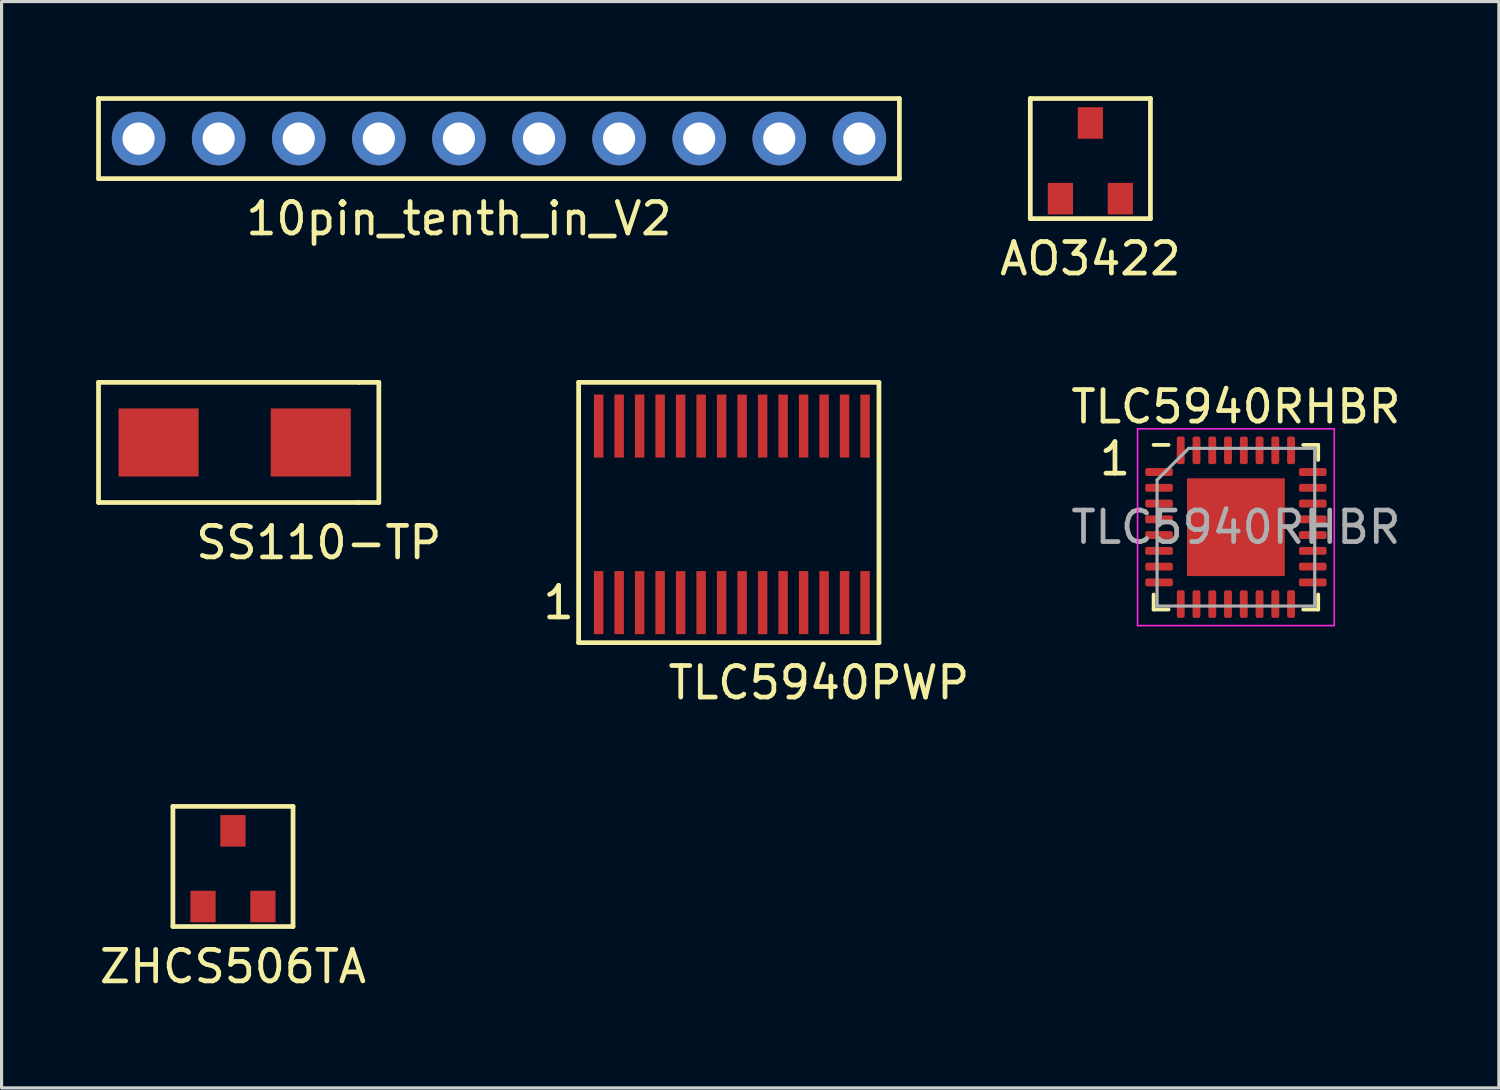
<source format=kicad_pcb>
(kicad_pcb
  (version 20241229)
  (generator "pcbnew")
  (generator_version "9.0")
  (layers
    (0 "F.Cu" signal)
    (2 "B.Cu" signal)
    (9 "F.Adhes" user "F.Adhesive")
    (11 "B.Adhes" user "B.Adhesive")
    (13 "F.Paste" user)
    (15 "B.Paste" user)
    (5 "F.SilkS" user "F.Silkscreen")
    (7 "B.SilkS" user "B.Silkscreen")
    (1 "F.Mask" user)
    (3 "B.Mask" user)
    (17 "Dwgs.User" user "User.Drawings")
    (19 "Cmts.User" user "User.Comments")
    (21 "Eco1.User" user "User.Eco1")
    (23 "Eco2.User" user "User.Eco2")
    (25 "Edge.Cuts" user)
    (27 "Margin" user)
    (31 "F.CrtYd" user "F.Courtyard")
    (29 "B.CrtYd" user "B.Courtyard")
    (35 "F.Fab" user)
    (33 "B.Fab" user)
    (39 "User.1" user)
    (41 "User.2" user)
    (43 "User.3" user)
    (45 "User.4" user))
  (footprint "SS110-TP"
    (layer "F.Cu")
    (at 3.25 10.983)
    (property "Reference" "SS110-TP" (at 3.81 3.175 0) (layer "F.SilkS") (effects (font (size 1 1) (thickness 0.15))))
    (attr through_hole)
    (fp_line (start -3.175 -1.905) (end 5.08 -1.905) (stroke (width 0.15) (type solid)) (layer "F.SilkS"))
    (fp_line (start -3.175 1.905) (end -3.175 -1.905) (stroke (width 0.15) (type solid)) (layer "F.SilkS"))
    (fp_line (start 5.08 -1.905) (end 5.715 -1.905) (stroke (width 0.15) (type solid)) (layer "F.SilkS"))
    (fp_line (start 5.08 1.905) (end -3.175 1.905) (stroke (width 0.15) (type solid)) (layer "F.SilkS"))
    (fp_line (start 5.715 -1.905) (end 5.715 1.905) (stroke (width 0.15) (type solid)) (layer "F.SilkS"))
    (fp_line (start 5.715 1.905) (end 5.08 1.905) (stroke (width 0.15) (type solid)) (layer "F.SilkS"))
    (pad "1" smd rect (at -1.27 0) (size 2.54 2.159) (layers "F.Cu" "F.Mask" "F.Paste"))
    (pad "2" smd rect (at 3.556 0) (size 2.54 2.159) (layers "F.Cu" "F.Mask" "F.Paste")))
  (footprint "ZHCS506TA"
    (layer "F.Cu")
    (at 4.339 25.701)
    (property "Reference" "ZHCS506TA" (at 0 1.905 0) (layer "F.SilkS") (effects (font (size 1 1) (thickness 0.15))))
    (attr through_hole)
    (fp_line (start -1.905 -3.175) (end -1.905 0.635) (stroke (width 0.15) (type solid)) (layer "F.SilkS"))
    (fp_line (start -1.905 0.635) (end 1.905 0.635) (stroke (width 0.15) (type solid)) (layer "F.SilkS"))
    (fp_line (start 1.905 -3.175) (end -1.905 -3.175) (stroke (width 0.15) (type solid)) (layer "F.SilkS"))
    (fp_line (start 1.905 0.635) (end 1.905 -3.175) (stroke (width 0.15) (type solid)) (layer "F.SilkS"))
    (pad "1" smd rect (at 0 -2.4) (size 0.8 1) (layers "F.Cu" "F.Mask" "F.Paste"))
    (pad "2" smd rect (at 0.95 0) (size 0.8 1) (layers "F.Cu" "F.Mask" "F.Paste"))
    (pad "3" smd rect (at -0.95 0) (size 0.8 1) (layers "F.Cu" "F.Mask" "F.Paste")))
  (footprint "TLC5940RHBR"
    (layer "F.Cu")
    (at 36.148 13.671)
    (property "Reference" "TLC5940RHBR" (at 0 -3.82 0) (layer "F.SilkS") (effects (font (size 1 1) (thickness 0.15))))
    (attr smd)
    (fp_line (start -2.61 2.61) (end -2.61 2.135) (stroke (width 0.12) (type solid)) (layer "F.SilkS"))
    (fp_line (start -2.135 -2.61) (end -2.61 -2.61) (stroke (width 0.12) (type solid)) (layer "F.SilkS"))
    (fp_line (start -2.135 2.61) (end -2.61 2.61) (stroke (width 0.12) (type solid)) (layer "F.SilkS"))
    (fp_line (start 2.135 -2.61) (end 2.61 -2.61) (stroke (width 0.12) (type solid)) (layer "F.SilkS"))
    (fp_line (start 2.135 2.61) (end 2.61 2.61) (stroke (width 0.12) (type solid)) (layer "F.SilkS"))
    (fp_line (start 2.61 -2.61) (end 2.61 -2.135) (stroke (width 0.12) (type solid)) (layer "F.SilkS"))
    (fp_line (start 2.61 2.61) (end 2.61 2.135) (stroke (width 0.12) (type solid)) (layer "F.SilkS"))
    (fp_line (start -3.12 -3.12) (end -3.12 3.12) (stroke (width 0.05) (type solid)) (layer "F.CrtYd"))
    (fp_line (start -3.12 3.12) (end 3.12 3.12) (stroke (width 0.05) (type solid)) (layer "F.CrtYd"))
    (fp_line (start 3.12 -3.12) (end -3.12 -3.12) (stroke (width 0.05) (type solid)) (layer "F.CrtYd"))
    (fp_line (start 3.12 3.12) (end 3.12 -3.12) (stroke (width 0.05) (type solid)) (layer "F.CrtYd"))
    (fp_line (start -2.5 -1.5) (end -1.5 -2.5) (stroke (width 0.1) (type solid)) (layer "F.Fab"))
    (fp_line (start -2.5 2.5) (end -2.5 -1.5) (stroke (width 0.1) (type solid)) (layer "F.Fab"))
    (fp_line (start -1.5 -2.5) (end 2.5 -2.5) (stroke (width 0.1) (type solid)) (layer "F.Fab"))
    (fp_line (start 2.5 -2.5) (end 2.5 2.5) (stroke (width 0.1) (type solid)) (layer "F.Fab"))
    (fp_line (start 2.5 2.5) (end -2.5 2.5) (stroke (width 0.1) (type solid)) (layer "F.Fab"))
    (fp_text user "1" (at -3.836 -2.169 0) (layer "F.SilkS") (effects (font (size 1 1) (thickness 0.15))))
    (fp_text user "${REFERENCE}" (at 0 0 0) (layer "F.Fab") (effects (font (size 1 1) (thickness 0.15))))
    (pad "" smd roundrect (at -0.775 -0.775) (size 1.25 1.25) (layers "F.Paste") (roundrect_rratio 0.2))
    (pad "" smd roundrect (at -0.775 0.775) (size 1.25 1.25) (layers "F.Paste") (roundrect_rratio 0.2))
    (pad "" smd roundrect (at 0.775 -0.775) (size 1.25 1.25) (layers "F.Paste") (roundrect_rratio 0.2))
    (pad "" smd roundrect (at 0.775 0.775) (size 1.25 1.25) (layers "F.Paste") (roundrect_rratio 0.2))
    (pad "1" smd roundrect (at -2.438 -1.75) (size 0.875 0.25) (layers "F.Cu" "F.Mask" "F.Paste") (roundrect_rratio 0.25))
    (pad "2" smd roundrect (at -2.438 -1.25) (size 0.875 0.25) (layers "F.Cu" "F.Mask" "F.Paste") (roundrect_rratio 0.25))
    (pad "3" smd roundrect (at -2.438 -0.75) (size 0.875 0.25) (layers "F.Cu" "F.Mask" "F.Paste") (roundrect_rratio 0.25))
    (pad "4" smd roundrect (at -2.438 -0.25) (size 0.875 0.25) (layers "F.Cu" "F.Mask" "F.Paste") (roundrect_rratio 0.25))
    (pad "5" smd roundrect (at -2.438 0.25) (size 0.875 0.25) (layers "F.Cu" "F.Mask" "F.Paste") (roundrect_rratio 0.25))
    (pad "6" smd roundrect (at -2.438 0.75) (size 0.875 0.25) (layers "F.Cu" "F.Mask" "F.Paste") (roundrect_rratio 0.25))
    (pad "7" smd roundrect (at -2.438 1.25) (size 0.875 0.25) (layers "F.Cu" "F.Mask" "F.Paste") (roundrect_rratio 0.25))
    (pad "8" smd roundrect (at -2.438 1.75) (size 0.875 0.25) (layers "F.Cu" "F.Mask" "F.Paste") (roundrect_rratio 0.25))
    (pad "9" smd roundrect (at -1.75 2.438) (size 0.25 0.875) (layers "F.Cu" "F.Mask" "F.Paste") (roundrect_rratio 0.25))
    (pad "10" smd roundrect (at -1.25 2.438) (size 0.25 0.875) (layers "F.Cu" "F.Mask" "F.Paste") (roundrect_rratio 0.25))
    (pad "11" smd roundrect (at -0.75 2.438) (size 0.25 0.875) (layers "F.Cu" "F.Mask" "F.Paste") (roundrect_rratio 0.25))
    (pad "12" smd roundrect (at -0.25 2.438) (size 0.25 0.875) (layers "F.Cu" "F.Mask" "F.Paste") (roundrect_rratio 0.25))
    (pad "13" smd roundrect (at 0.25 2.438) (size 0.25 0.875) (layers "F.Cu" "F.Mask" "F.Paste") (roundrect_rratio 0.25))
    (pad "14" smd roundrect (at 0.75 2.438) (size 0.25 0.875) (layers "F.Cu" "F.Mask" "F.Paste") (roundrect_rratio 0.25))
    (pad "15" smd roundrect (at 1.25 2.438) (size 0.25 0.875) (layers "F.Cu" "F.Mask" "F.Paste") (roundrect_rratio 0.25))
    (pad "16" smd roundrect (at 1.75 2.438) (size 0.25 0.875) (layers "F.Cu" "F.Mask" "F.Paste") (roundrect_rratio 0.25))
    (pad "17" smd roundrect (at 2.438 1.75) (size 0.875 0.25) (layers "F.Cu" "F.Mask" "F.Paste") (roundrect_rratio 0.25))
    (pad "18" smd roundrect (at 2.438 1.25) (size 0.875 0.25) (layers "F.Cu" "F.Mask" "F.Paste") (roundrect_rratio 0.25))
    (pad "19" smd roundrect (at 2.438 0.75) (size 0.875 0.25) (layers "F.Cu" "F.Mask" "F.Paste") (roundrect_rratio 0.25))
    (pad "20" smd roundrect (at 2.438 0.25) (size 0.875 0.25) (layers "F.Cu" "F.Mask" "F.Paste") (roundrect_rratio 0.25))
    (pad "21" smd roundrect (at 2.438 -0.25) (size 0.875 0.25) (layers "F.Cu" "F.Mask" "F.Paste") (roundrect_rratio 0.25))
    (pad "22" smd roundrect (at 2.438 -0.75) (size 0.875 0.25) (layers "F.Cu" "F.Mask" "F.Paste") (roundrect_rratio 0.25))
    (pad "23" smd roundrect (at 2.438 -1.25) (size 0.875 0.25) (layers "F.Cu" "F.Mask" "F.Paste") (roundrect_rratio 0.25))
    (pad "24" smd roundrect (at 2.438 -1.75) (size 0.875 0.25) (layers "F.Cu" "F.Mask" "F.Paste") (roundrect_rratio 0.25))
    (pad "25" smd roundrect (at 1.75 -2.438) (size 0.25 0.875) (layers "F.Cu" "F.Mask" "F.Paste") (roundrect_rratio 0.25))
    (pad "26" smd roundrect (at 1.25 -2.438) (size 0.25 0.875) (layers "F.Cu" "F.Mask" "F.Paste") (roundrect_rratio 0.25))
    (pad "27" smd roundrect (at 0.75 -2.438) (size 0.25 0.875) (layers "F.Cu" "F.Mask" "F.Paste") (roundrect_rratio 0.25))
    (pad "28" smd roundrect (at 0.25 -2.438) (size 0.25 0.875) (layers "F.Cu" "F.Mask" "F.Paste") (roundrect_rratio 0.25))
    (pad "29" smd roundrect (at -0.25 -2.438) (size 0.25 0.875) (layers "F.Cu" "F.Mask" "F.Paste") (roundrect_rratio 0.25))
    (pad "30" smd roundrect (at -0.75 -2.438) (size 0.25 0.875) (layers "F.Cu" "F.Mask" "F.Paste") (roundrect_rratio 0.25))
    (pad "31" smd roundrect (at -1.25 -2.438) (size 0.25 0.875) (layers "F.Cu" "F.Mask" "F.Paste") (roundrect_rratio 0.25))
    (pad "32" smd roundrect (at -1.75 -2.438) (size 0.25 0.875) (layers "F.Cu" "F.Mask" "F.Paste") (roundrect_rratio 0.25))
    (pad "33" smd rect (at 0 0) (size 3.1 3.1) (layers "F.Cu" "F.Mask")))
  (footprint "10pin_tenth_in_V2"
    (layer "F.Cu")
    (at 11.505 1.345)
    (property "Reference" "10pin_tenth_in_V2" (at 0 2.54 0) (layer "F.SilkS") (effects (font (size 1 1) (thickness 0.15))))
    (attr through_hole)
    (fp_line (start -11.43 1.27) (end -11.43 -1.27) (stroke (width 0.15) (type solid)) (layer "F.SilkS"))
    (fp_line (start -11.43 1.27) (end 13.97 1.27) (stroke (width 0.15) (type solid)) (layer "F.SilkS"))
    (fp_line (start 13.97 -1.27) (end -11.43 -1.27) (stroke (width 0.15) (type solid)) (layer "F.SilkS"))
    (fp_line (start 13.97 1.27) (end 13.97 -1.27) (stroke (width 0.15) (type solid)) (layer "F.SilkS"))
    (pad "1" thru_hole circle (at -10.16 0) (size 1.7 1.7) (drill 1.02) (layers "*.Cu" "*.Mask"))
    (pad "2" thru_hole circle (at -7.62 0) (size 1.7 1.7) (drill 1.02) (layers "*.Cu" "*.Mask"))
    (pad "3" thru_hole circle (at -5.08 0) (size 1.7 1.7) (drill 1.02) (layers "*.Cu" "*.Mask"))
    (pad "4" thru_hole circle (at -2.54 0) (size 1.7 1.7) (drill 1.02) (layers "*.Cu" "*.Mask"))
    (pad "5" thru_hole circle (at 0 0) (size 1.7 1.7) (drill 1.02) (layers "*.Cu" "*.Mask"))
    (pad "6" thru_hole circle (at 2.54 0) (size 1.7 1.7) (drill 1.02) (layers "*.Cu" "*.Mask"))
    (pad "7" thru_hole circle (at 5.08 0) (size 1.7 1.7) (drill 1.02) (layers "*.Cu" "*.Mask"))
    (pad "8" thru_hole circle (at 7.62 0) (size 1.7 1.7) (drill 1.02) (layers "*.Cu" "*.Mask"))
    (pad "9" thru_hole circle (at 10.16 0) (size 1.7 1.7) (drill 1.02) (layers "*.Cu" "*.Mask"))
    (pad "10" thru_hole circle (at 12.7 0) (size 1.7 1.7) (drill 1.02) (layers "*.Cu" "*.Mask")))
  (footprint "TLC5940PWP"
    (layer "F.Cu")
    (at 19.747 13.523)
    (property "Reference" "TLC5940PWP" (at 3.175 5.08 0) (layer "F.SilkS") (effects (font (size 1 1) (thickness 0.15))))
    (attr through_hole)
    (fp_line (start -4.445 -4.445) (end -4.445 3.81) (stroke (width 0.15) (type solid)) (layer "F.SilkS"))
    (fp_line (start -4.445 3.81) (end 5.08 3.81) (stroke (width 0.15) (type solid)) (layer "F.SilkS"))
    (fp_line (start 5.08 -4.445) (end -4.445 -4.445) (stroke (width 0.15) (type solid)) (layer "F.SilkS"))
    (fp_line (start 5.08 3.81) (end 5.08 -4.445) (stroke (width 0.15) (type solid)) (layer "F.SilkS"))
    (fp_text user "1" (at -5.08 2.54 0) (layer "F.SilkS") (effects (font (size 1 1) (thickness 0.15))))
    (pad "1" smd rect (at -3.81 2.54) (size 0.3 2) (layers "F.Cu" "F.Mask" "F.Paste"))
    (pad "2" smd rect (at -3.16 2.54) (size 0.3 2) (layers "F.Cu" "F.Mask" "F.Paste"))
    (pad "3" smd rect (at -2.51 2.54) (size 0.3 2) (layers "F.Cu" "F.Mask" "F.Paste"))
    (pad "4" smd rect (at -1.86 2.54) (size 0.3 2) (layers "F.Cu" "F.Mask" "F.Paste"))
    (pad "5" smd rect (at -1.21 2.54) (size 0.3 2) (layers "F.Cu" "F.Mask" "F.Paste"))
    (pad "6" smd rect (at -0.56 2.54) (size 0.3 2) (layers "F.Cu" "F.Mask" "F.Paste"))
    (pad "7" smd rect (at 0.09 2.54) (size 0.3 2) (layers "F.Cu" "F.Mask" "F.Paste"))
    (pad "8" smd rect (at 0.74 2.54) (size 0.3 2) (layers "F.Cu" "F.Mask" "F.Paste"))
    (pad "9" smd rect (at 1.39 2.54) (size 0.3 2) (layers "F.Cu" "F.Mask" "F.Paste"))
    (pad "10" smd rect (at 2.04 2.54) (size 0.3 2) (layers "F.Cu" "F.Mask" "F.Paste"))
    (pad "11" smd rect (at 2.69 2.54) (size 0.3 2) (layers "F.Cu" "F.Mask" "F.Paste"))
    (pad "12" smd rect (at 3.34 2.54) (size 0.3 2) (layers "F.Cu" "F.Mask" "F.Paste"))
    (pad "13" smd rect (at 3.99 2.54) (size 0.3 2) (layers "F.Cu" "F.Mask" "F.Paste"))
    (pad "14" smd rect (at 4.64 2.54) (size 0.3 2) (layers "F.Cu" "F.Mask" "F.Paste"))
    (pad "15" smd rect (at 4.64 -3.06) (size 0.3 2) (layers "F.Cu" "F.Mask" "F.Paste"))
    (pad "16" smd rect (at 3.99 -3.06) (size 0.3 2) (layers "F.Cu" "F.Mask" "F.Paste"))
    (pad "17" smd rect (at 3.34 -3.06) (size 0.3 2) (layers "F.Cu" "F.Mask" "F.Paste"))
    (pad "18" smd rect (at 2.69 -3.06) (size 0.3 2) (layers "F.Cu" "F.Mask" "F.Paste"))
    (pad "19" smd rect (at 2.04 -3.06) (size 0.3 2) (layers "F.Cu" "F.Mask" "F.Paste"))
    (pad "20" smd rect (at 1.39 -3.06) (size 0.3 2) (layers "F.Cu" "F.Mask" "F.Paste"))
    (pad "21" smd rect (at 0.74 -3.06) (size 0.3 2) (layers "F.Cu" "F.Mask" "F.Paste"))
    (pad "22" smd rect (at 0.09 -3.06) (size 0.3 2) (layers "F.Cu" "F.Mask" "F.Paste"))
    (pad "23" smd rect (at -0.56 -3.06) (size 0.3 2) (layers "F.Cu" "F.Mask" "F.Paste"))
    (pad "24" smd rect (at -1.21 -3.06) (size 0.3 2) (layers "F.Cu" "F.Mask" "F.Paste"))
    (pad "25" smd rect (at -1.86 -3.06) (size 0.3 2) (layers "F.Cu" "F.Mask" "F.Paste"))
    (pad "26" smd rect (at -2.51 -3.06) (size 0.3 2) (layers "F.Cu" "F.Mask" "F.Paste"))
    (pad "27" smd rect (at -3.16 -3.06) (size 0.3 2) (layers "F.Cu" "F.Mask" "F.Paste"))
    (pad "28" smd rect (at -3.81 -3.06) (size 0.3 2) (layers "F.Cu" "F.Mask" "F.Paste")))
  (footprint "AO3422"
    (layer "F.Cu")
    (at 31.532 3.25)
    (property "Reference" "AO3422" (at 0 1.905 0) (layer "F.SilkS") (effects (font (size 1 1) (thickness 0.15))))
    (attr through_hole)
    (fp_line (start -1.905 -3.175) (end -1.905 0.635) (stroke (width 0.15) (type solid)) (layer "F.SilkS"))
    (fp_line (start -1.905 0.635) (end 1.905 0.635) (stroke (width 0.15) (type solid)) (layer "F.SilkS"))
    (fp_line (start 1.905 -3.175) (end -1.905 -3.175) (stroke (width 0.15) (type solid)) (layer "F.SilkS"))
    (fp_line (start 1.905 0.635) (end 1.905 -3.175) (stroke (width 0.15) (type solid)) (layer "F.SilkS"))
    (pad "1" smd rect (at -0.95 0) (size 0.8 1) (layers "F.Cu" "F.Mask" "F.Paste"))
    (pad "2" smd rect (at 0.95 0) (size 0.8 1) (layers "F.Cu" "F.Mask" "F.Paste"))
    (pad "3" smd rect (at 0 -2.4) (size 0.8 1) (layers "F.Cu" "F.Mask" "F.Paste")))
  (gr_rect
    (start -3 -3)
    (end 44.488 31.455)
    (stroke (width 0.1) (type default))
    (fill no)
    (layer "Edge.Cuts")))
</source>
